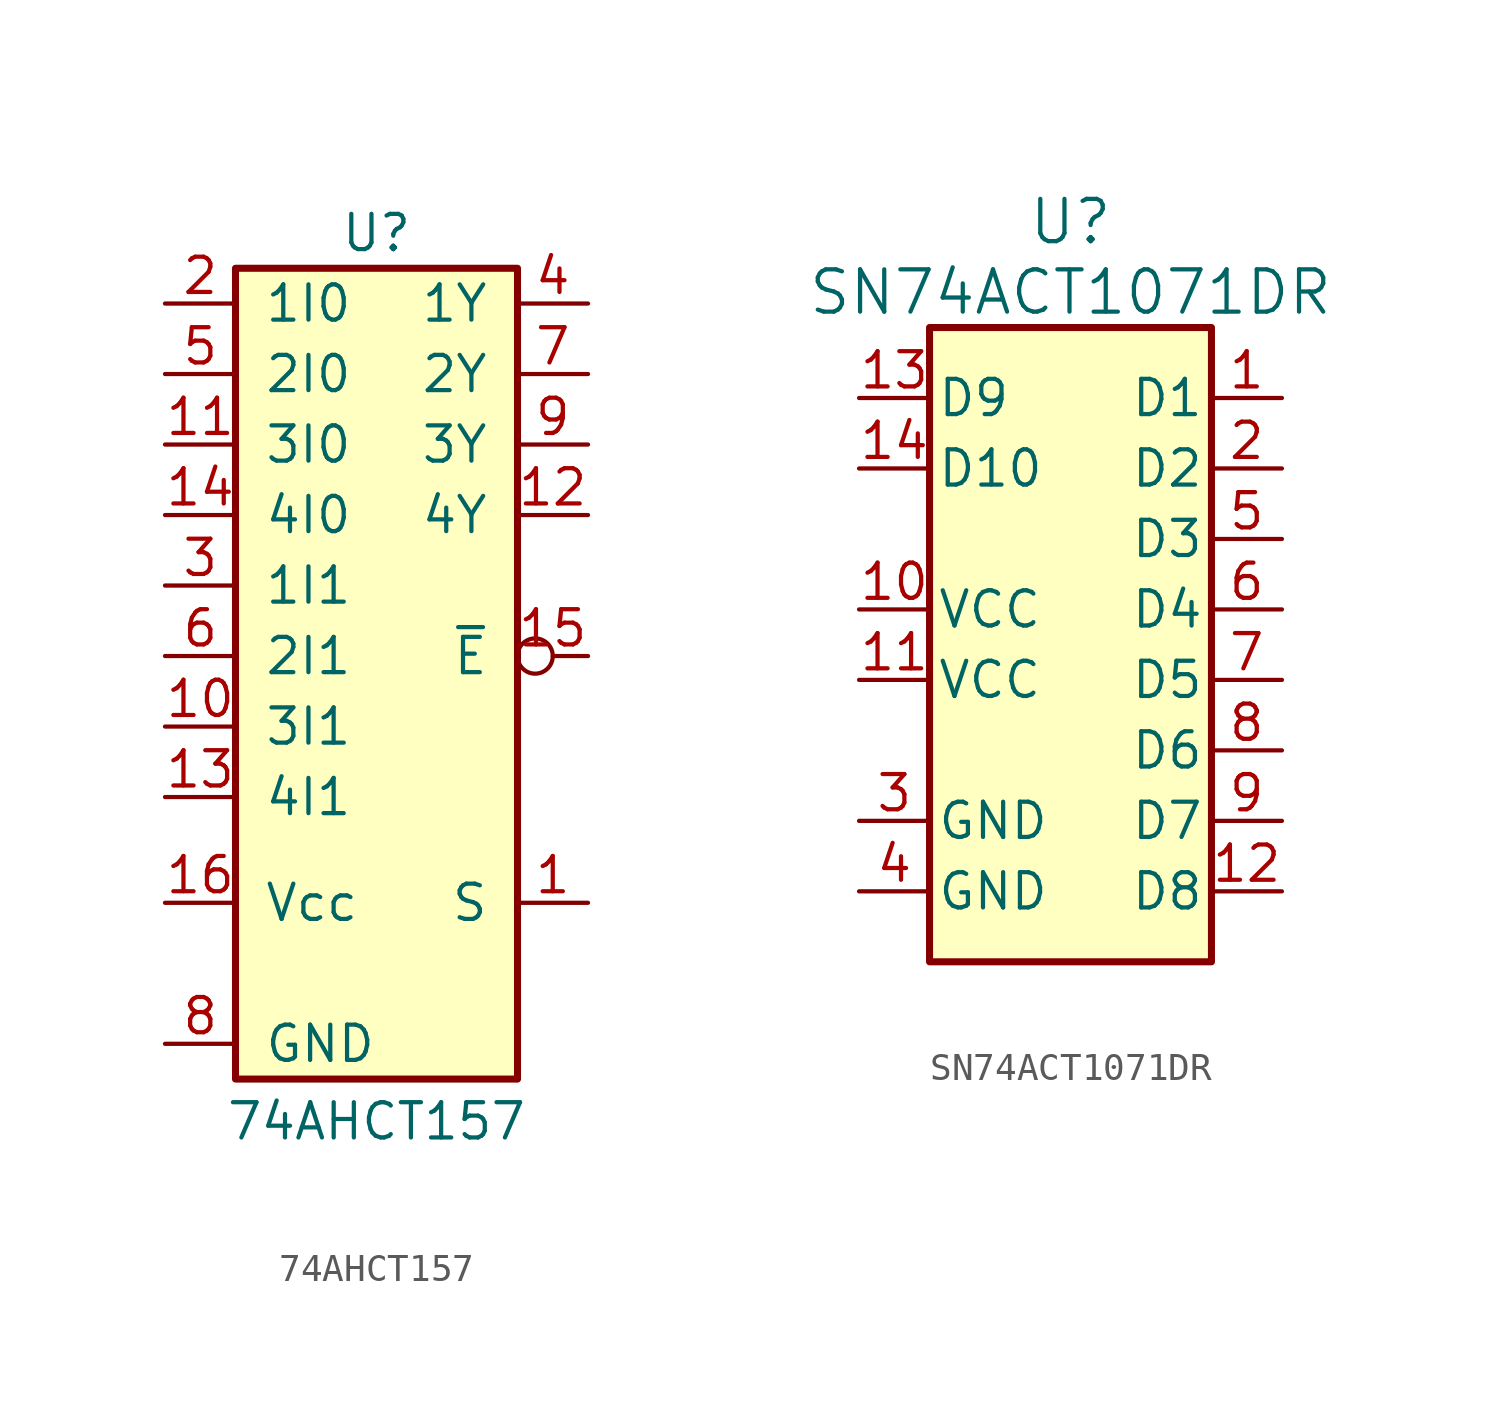
<source format=kicad_sym>
(kicad_symbol_lib
  (version 20231120)
  (generator "kicad_symbol_editor")
  (generator_version "8.0")
  (symbol "74AHCT157"
    (pin_names
      (offset 1.016))
    (property "Reference" "U"
      (at 0 16.51 0)
      (effects (font (size 1.27 1.27))))
    (property "Value" "74AHCT157"
      (at 0 -15.494 0)
      (effects (font (size 1.27 1.27))))
    (symbol "74AHCT157_1_0"
      (pin input line (at 7.62 -7.62 180) (length 2.54) (name "S" (effects (font (size 1.27 1.27)))) (number "1" (effects (font (size 1.27 1.27)))))
      (pin input line (at -7.62 -1.27 0) (length 2.54) (name "3I1" (effects (font (size 1.27 1.27)))) (number "10" (effects (font (size 1.27 1.27)))))
      (pin input line (at -7.62 8.89 0) (length 2.54) (name "3I0" (effects (font (size 1.27 1.27)))) (number "11" (effects (font (size 1.27 1.27)))))
      (pin output line (at 7.62 6.35 180) (length 2.54) (name "4Y" (effects (font (size 1.27 1.27)))) (number "12" (effects (font (size 1.27 1.27)))))
      (pin input line (at -7.62 -3.81 0) (length 2.54) (name "4I1" (effects (font (size 1.27 1.27)))) (number "13" (effects (font (size 1.27 1.27)))))
      (pin input line (at -7.62 6.35 0) (length 2.54) (name "4I0" (effects (font (size 1.27 1.27)))) (number "14" (effects (font (size 1.27 1.27)))))
      (pin input inverted (at 7.62 1.27 180) (length 2.54) (name "~{E}" (effects (font (size 1.27 1.27)))) (number "15" (effects (font (size 1.27 1.27)))))
      (pin power_in line (at -7.62 -7.62 0) (length 2.54) (name "Vcc" (effects (font (size 1.27 1.27)))) (number "16" (effects (font (size 1.27 1.27)))))
      (pin input line (at -7.62 13.97 0) (length 2.54) (name "1I0" (effects (font (size 1.27 1.27)))) (number "2" (effects (font (size 1.27 1.27)))))
      (pin input line (at -7.62 3.81 0) (length 2.54) (name "1I1" (effects (font (size 1.27 1.27)))) (number "3" (effects (font (size 1.27 1.27)))))
      (pin output line (at 7.62 13.97 180) (length 2.54) (name "1Y" (effects (font (size 1.27 1.27)))) (number "4" (effects (font (size 1.27 1.27)))))
      (pin input line (at -7.62 11.43 0) (length 2.54) (name "2I0" (effects (font (size 1.27 1.27)))) (number "5" (effects (font (size 1.27 1.27)))))
      (pin input line (at -7.62 1.27 0) (length 2.54) (name "2I1" (effects (font (size 1.27 1.27)))) (number "6" (effects (font (size 1.27 1.27)))))
      (pin output line (at 7.62 11.43 180) (length 2.54) (name "2Y" (effects (font (size 1.27 1.27)))) (number "7" (effects (font (size 1.27 1.27)))))
      (pin power_in line (at -7.62 -12.7 0) (length 2.54) (name "GND" (effects (font (size 1.27 1.27)))) (number "8" (effects (font (size 1.27 1.27)))))
      (pin output line (at 7.62 8.89 180) (length 2.54) (name "3Y" (effects (font (size 1.27 1.27)))) (number "9" (effects (font (size 1.27 1.27))))))
    (symbol "74AHCT157_1_1"
      (rectangle (start -5.08 15.24) (end 5.08 -13.97) (stroke (width 0.254) (type default)) (fill (type background)))))
  (symbol "SN74ACT1071DR"
    (pin_names
      (offset 0.254))
    (property "Reference" "U"
      (at 5.08 3.81 0)
      (effects (font (size 1.524 1.524))))
    (property "Value" "SN74ACT1071DR"
      (at 5.08 1.27 0)
      (effects (font (size 1.524 1.524))))
    (symbol "SN74ACT1071DR_1_1"
      (rectangle (start 0 0) (end 10.16 -22.86) (stroke (width 0.254) (type default)) (fill (type background)))
      (pin input line (at 12.7 -2.54 180) (length 2.54) (name "D1" (effects (font (size 1.27 1.27)))) (number "1" (effects (font (size 1.27 1.27)))))
      (pin power_in line (at -2.54 -10.16 0) (length 2.54) (name "VCC" (effects (font (size 1.27 1.27)))) (number "10" (effects (font (size 1.27 1.27)))))
      (pin power_in line (at -2.54 -12.7 0) (length 2.54) (name "VCC" (effects (font (size 1.27 1.27)))) (number "11" (effects (font (size 1.27 1.27)))))
      (pin input line (at 12.7 -20.32 180) (length 2.54) (name "D8" (effects (font (size 1.27 1.27)))) (number "12" (effects (font (size 1.27 1.27)))))
      (pin input line (at -2.54 -2.54 0) (length 2.54) (name "D9" (effects (font (size 1.27 1.27)))) (number "13" (effects (font (size 1.27 1.27)))))
      (pin input line (at -2.54 -5.08 0) (length 2.54) (name "D10" (effects (font (size 1.27 1.27)))) (number "14" (effects (font (size 1.27 1.27)))))
      (pin input line (at 12.7 -5.08 180) (length 2.54) (name "D2" (effects (font (size 1.27 1.27)))) (number "2" (effects (font (size 1.27 1.27)))))
      (pin power_in line (at -2.54 -17.78 0) (length 2.54) (name "GND" (effects (font (size 1.27 1.27)))) (number "3" (effects (font (size 1.27 1.27)))))
      (pin power_in line (at -2.54 -20.32 0) (length 2.54) (name "GND" (effects (font (size 1.27 1.27)))) (number "4" (effects (font (size 1.27 1.27)))))
      (pin input line (at 12.7 -7.62 180) (length 2.54) (name "D3" (effects (font (size 1.27 1.27)))) (number "5" (effects (font (size 1.27 1.27)))))
      (pin input line (at 12.7 -10.16 180) (length 2.54) (name "D4" (effects (font (size 1.27 1.27)))) (number "6" (effects (font (size 1.27 1.27)))))
      (pin input line (at 12.7 -12.7 180) (length 2.54) (name "D5" (effects (font (size 1.27 1.27)))) (number "7" (effects (font (size 1.27 1.27)))))
      (pin input line (at 12.7 -15.24 180) (length 2.54) (name "D6" (effects (font (size 1.27 1.27)))) (number "8" (effects (font (size 1.27 1.27)))))
      (pin input line (at 12.7 -17.78 180) (length 2.54) (name "D7" (effects (font (size 1.27 1.27)))) (number "9" (effects (font (size 1.27 1.27))))))))
</source>
